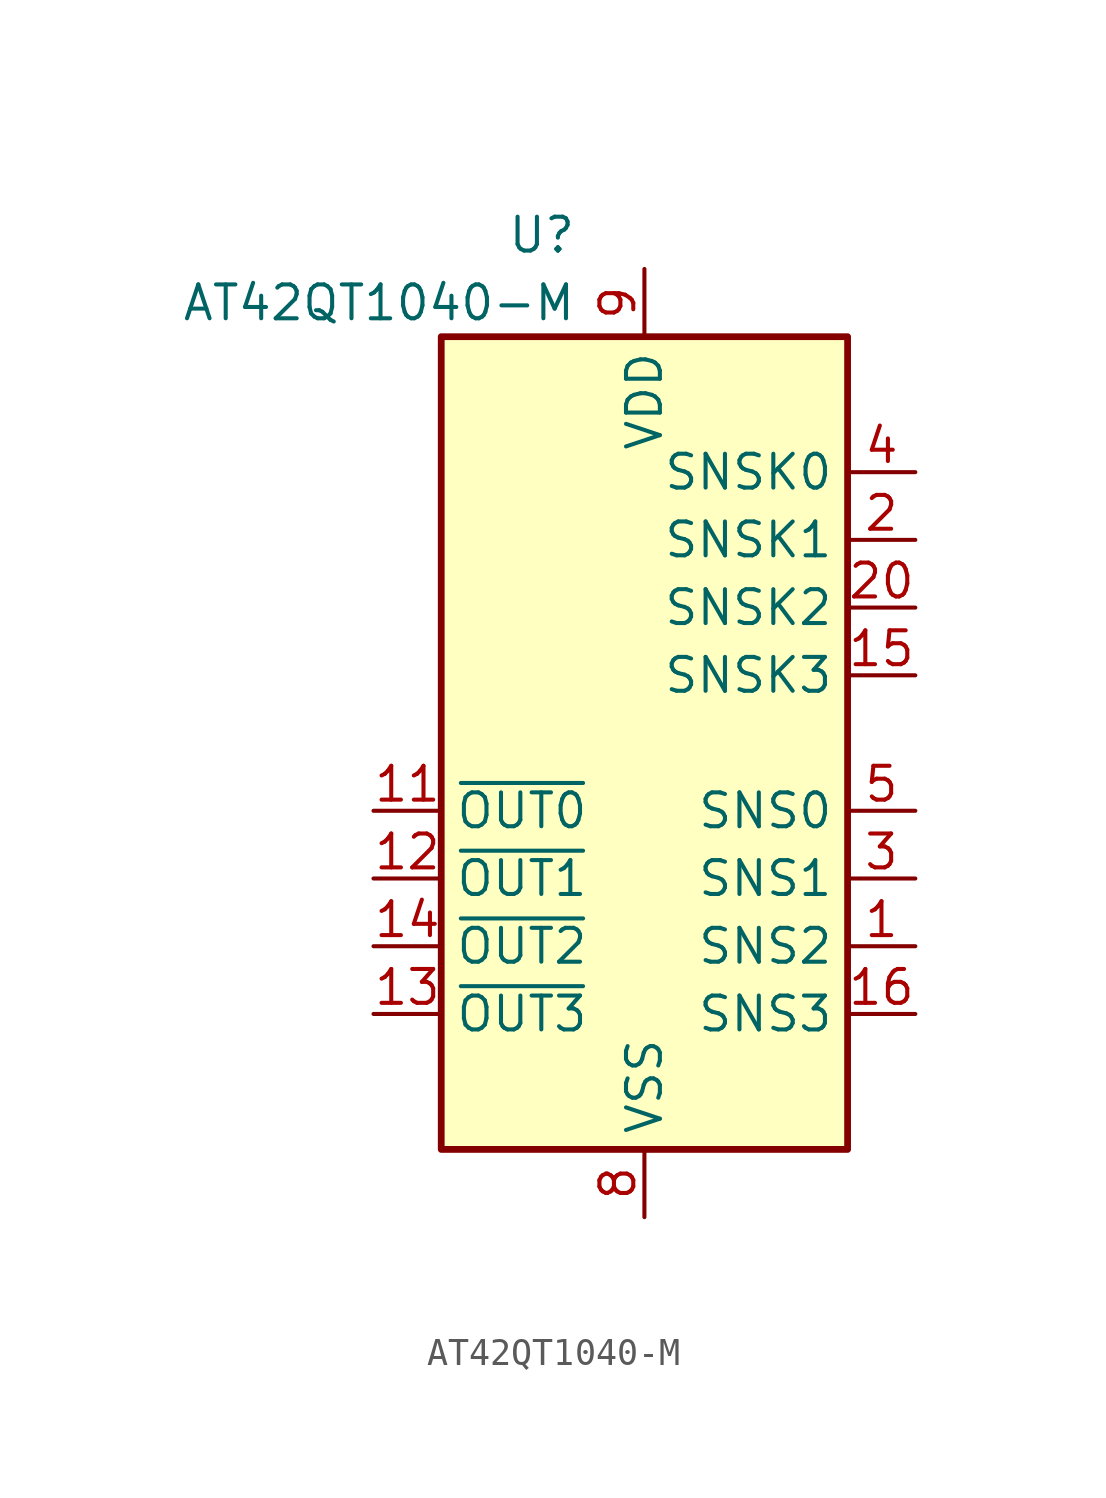
<source format=kicad_sym>
(kicad_symbol_lib
  (version 20200908)
  (generator kicad_symbol_editor)
  (symbol "Sensor_Touch:AT42QT1040-M"
    (property "Reference" "U"
      (at -2.54 19.05 0)
      (effects (font (size 1.27 1.27)) (justify right)))
    (property "Value" "AT42QT1040-M"
      (at -2.54 16.51 0)
      (effects (font (size 1.27 1.27)) (justify right)))
    (symbol "AT42QT1040-M_0_1"
      (rectangle (start -7.62 15.24) (end 7.62 -15.24) (stroke (width 0.254)) (fill (type background))))
    (symbol "AT42QT1040-M_1_1"
      (pin passive line (at 10.16 -7.62 180) (length 2.54) (name "SNS2" (effects (font (size 1.27 1.27)))) (number "1" (effects (font (size 1.27 1.27)))))
      (pin unconnected line (at -7.62 7.62 0) (length 2.54) hide (name "NC" (effects (font (size 1.27 1.27)))) (number "10" (effects (font (size 1.27 1.27)))))
      (pin open_collector line (at -10.16 -2.54 0) (length 2.54) (name "~OUT0" (effects (font (size 1.27 1.27)))) (number "11" (effects (font (size 1.27 1.27)))))
      (pin open_collector line (at -10.16 -5.08 0) (length 2.54) (name "~OUT1" (effects (font (size 1.27 1.27)))) (number "12" (effects (font (size 1.27 1.27)))))
      (pin open_collector line (at -10.16 -10.16 0) (length 2.54) (name "~OUT3" (effects (font (size 1.27 1.27)))) (number "13" (effects (font (size 1.27 1.27)))))
      (pin open_collector line (at -10.16 -7.62 0) (length 2.54) (name "~OUT2" (effects (font (size 1.27 1.27)))) (number "14" (effects (font (size 1.27 1.27)))))
      (pin passive line (at 10.16 2.54 180) (length 2.54) (name "SNSK3" (effects (font (size 1.27 1.27)))) (number "15" (effects (font (size 1.27 1.27)))))
      (pin passive line (at 10.16 -10.16 180) (length 2.54) (name "SNS3" (effects (font (size 1.27 1.27)))) (number "16" (effects (font (size 1.27 1.27)))))
      (pin unconnected line (at -7.62 5.08 0) (length 2.54) hide (name "NC" (effects (font (size 1.27 1.27)))) (number "17" (effects (font (size 1.27 1.27)))))
      (pin unconnected line (at -7.62 2.54 0) (length 2.54) hide (name "NC" (effects (font (size 1.27 1.27)))) (number "18" (effects (font (size 1.27 1.27)))))
      (pin unconnected line (at -7.62 0 0) (length 2.54) hide (name "NC" (effects (font (size 1.27 1.27)))) (number "19" (effects (font (size 1.27 1.27)))))
      (pin passive line (at 10.16 7.62 180) (length 2.54) (name "SNSK1" (effects (font (size 1.27 1.27)))) (number "2" (effects (font (size 1.27 1.27)))))
      (pin passive line (at 10.16 5.08 180) (length 2.54) (name "SNSK2" (effects (font (size 1.27 1.27)))) (number "20" (effects (font (size 1.27 1.27)))))
      (pin passive line (at 0 -17.78 90) (length 2.54) hide (name "VSS" (effects (font (size 1.27 1.27)))) (number "21" (effects (font (size 1.27 1.27)))))
      (pin passive line (at 10.16 -5.08 180) (length 2.54) (name "SNS1" (effects (font (size 1.27 1.27)))) (number "3" (effects (font (size 1.27 1.27)))))
      (pin passive line (at 10.16 10.16 180) (length 2.54) (name "SNSK0" (effects (font (size 1.27 1.27)))) (number "4" (effects (font (size 1.27 1.27)))))
      (pin passive line (at 10.16 -2.54 180) (length 2.54) (name "SNS0" (effects (font (size 1.27 1.27)))) (number "5" (effects (font (size 1.27 1.27)))))
      (pin unconnected line (at -7.62 12.7 0) (length 2.54) hide (name "NC" (effects (font (size 1.27 1.27)))) (number "6" (effects (font (size 1.27 1.27)))))
      (pin unconnected line (at -7.62 10.16 0) (length 2.54) hide (name "NC" (effects (font (size 1.27 1.27)))) (number "7" (effects (font (size 1.27 1.27)))))
      (pin power_in line (at 0 -17.78 90) (length 2.54) (name "VSS" (effects (font (size 1.27 1.27)))) (number "8" (effects (font (size 1.27 1.27)))))
      (pin power_in line (at 0 17.78 270) (length 2.54) (name "VDD" (effects (font (size 1.27 1.27)))) (number "9" (effects (font (size 1.27 1.27))))))))
</source>
